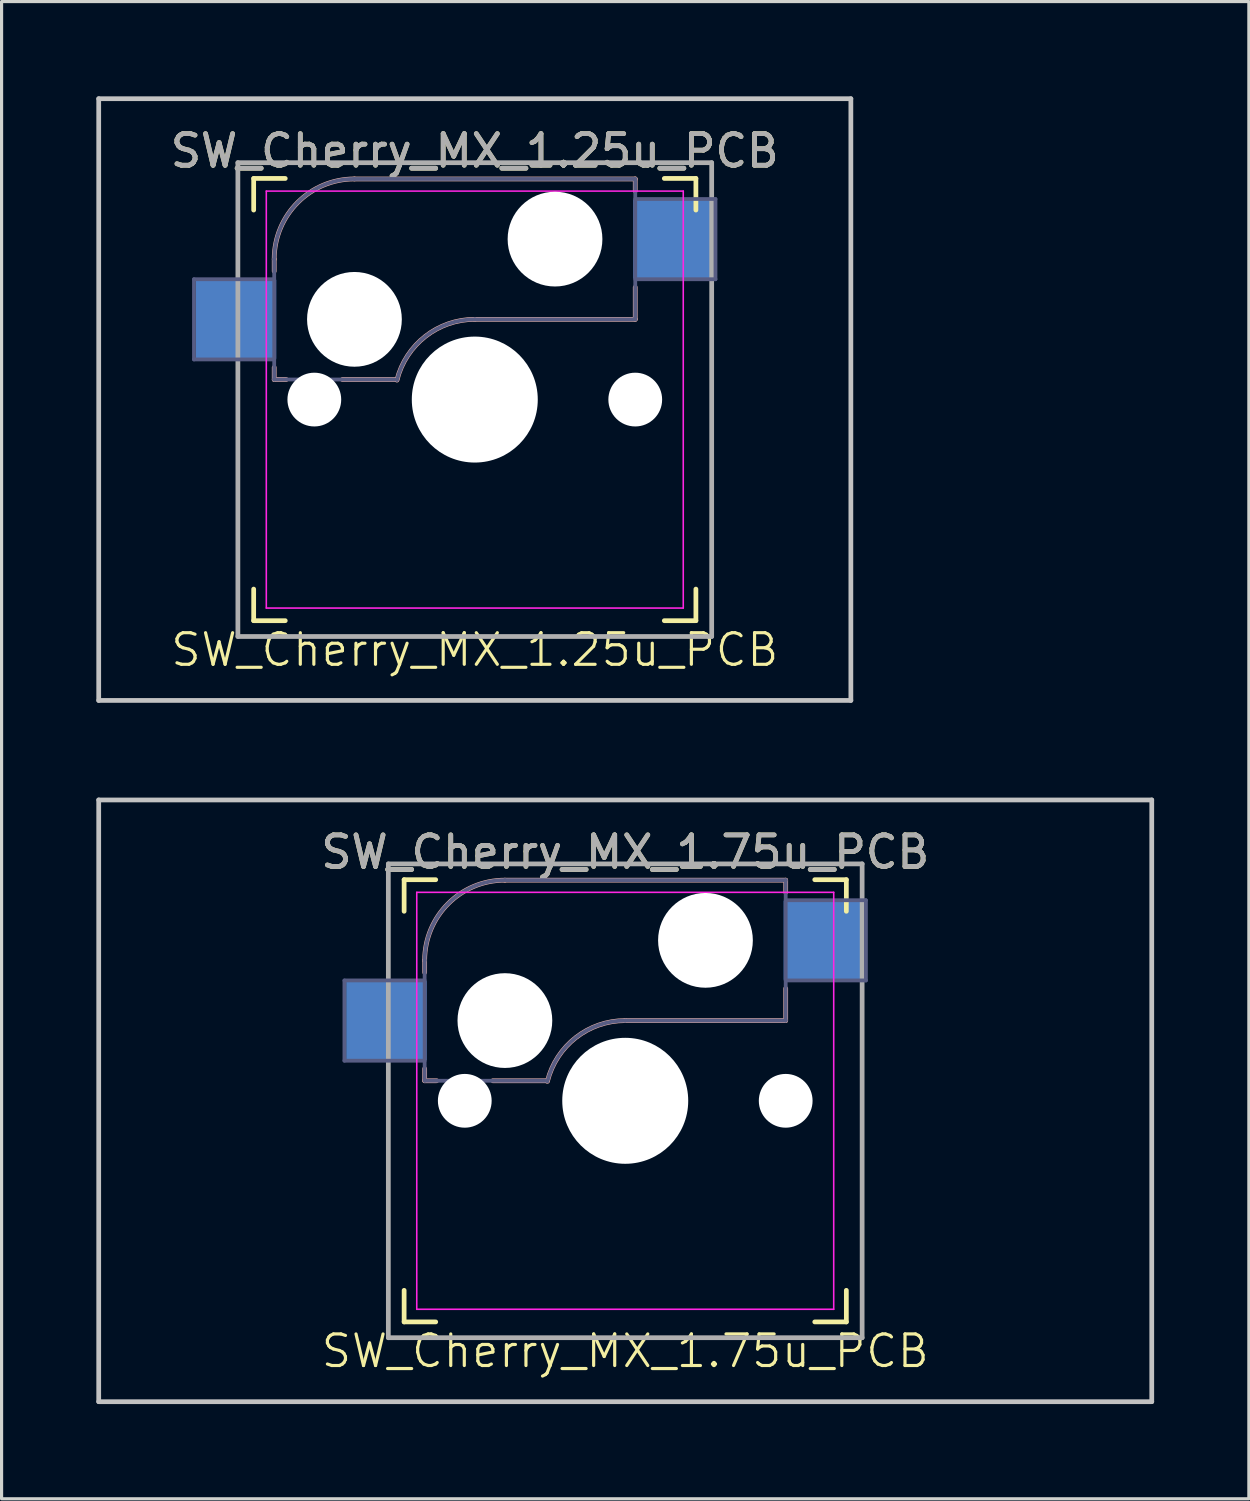
<source format=kicad_pcb>
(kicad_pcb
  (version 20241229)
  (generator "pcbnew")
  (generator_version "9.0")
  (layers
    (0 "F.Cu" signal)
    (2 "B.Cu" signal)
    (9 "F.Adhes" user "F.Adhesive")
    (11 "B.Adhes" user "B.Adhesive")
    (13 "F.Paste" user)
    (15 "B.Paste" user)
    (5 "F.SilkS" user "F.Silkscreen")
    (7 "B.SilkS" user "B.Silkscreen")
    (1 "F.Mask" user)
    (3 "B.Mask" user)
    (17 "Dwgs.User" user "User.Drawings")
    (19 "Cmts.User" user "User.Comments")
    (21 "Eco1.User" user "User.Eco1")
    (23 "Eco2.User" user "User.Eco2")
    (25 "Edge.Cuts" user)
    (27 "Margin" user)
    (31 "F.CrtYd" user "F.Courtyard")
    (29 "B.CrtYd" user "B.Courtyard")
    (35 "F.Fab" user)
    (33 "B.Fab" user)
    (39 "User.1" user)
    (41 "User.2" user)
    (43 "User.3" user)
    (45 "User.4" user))
  (footprint "SW_Cherry_MX_1.25u_PCB"
    (layer "F.Cu")
    (at 11.981 9.6)
    (property "Reference" "SW_Cherry_MX_1.25u_PCB" (at 0 -7.874 0) (layer "F.SilkS") (effects (font (size 1 1) (thickness 0.15))))
    (property "Value" "SW_Cherry_MX_1.25u_PCB" (at 0 7.874 0) (layer "F.Fab") (hide yes) (effects (font (size 1 1) (thickness 0.15))))
    (attr through_hole)
    (fp_line (start -7 -6) (end -7 -7) (stroke (width 0.15) (type solid)) (layer "F.SilkS"))
    (fp_line (start -7 7) (end -7 6) (stroke (width 0.15) (type solid)) (layer "F.SilkS"))
    (fp_line (start -7 7) (end -6 7) (stroke (width 0.15) (type solid)) (layer "F.SilkS"))
    (fp_line (start -6 -7) (end -7 -7) (stroke (width 0.15) (type solid)) (layer "F.SilkS"))
    (fp_line (start 6 7) (end 7 7) (stroke (width 0.15) (type solid)) (layer "F.SilkS"))
    (fp_line (start 7 -7) (end 6 -7) (stroke (width 0.15) (type solid)) (layer "F.SilkS"))
    (fp_line (start 7 -7) (end 7 -6) (stroke (width 0.15) (type solid)) (layer "F.SilkS"))
    (fp_line (start 7 6) (end 7 7) (stroke (width 0.15) (type solid)) (layer "F.SilkS"))
    (fp_line (start -6.35 -4.445) (end -6.35 -4.064) (stroke (width 0.15) (type solid)) (layer "B.SilkS"))
    (fp_line (start -6.35 -1.016) (end -6.35 -0.635) (stroke (width 0.15) (type solid)) (layer "B.SilkS"))
    (fp_line (start -5.969 -0.635) (end -6.35 -0.635) (stroke (width 0.15) (type solid)) (layer "B.SilkS"))
    (fp_line (start -3.81 -6.985) (end 5.08 -6.985) (stroke (width 0.15) (type solid)) (layer "B.SilkS"))
    (fp_line (start -2.464 -0.635) (end -4.191 -0.635) (stroke (width 0.15) (type solid)) (layer "B.SilkS"))
    (fp_line (start 5.08 -6.985) (end 5.08 -6.604) (stroke (width 0.15) (type solid)) (layer "B.SilkS"))
    (fp_line (start 5.08 -3.556) (end 5.08 -2.54) (stroke (width 0.15) (type solid)) (layer "B.SilkS"))
    (fp_line (start 5.08 -2.54) (end 0 -2.54) (stroke (width 0.15) (type solid)) (layer "B.SilkS"))
    (fp_arc (start -6.35 -4.445) (mid -5.606051 -6.241051) (end -3.81 -6.985) (stroke (width 0.15) (type solid)) (layer "B.SilkS"))
    (fp_arc (start -2.464162 -0.61604) (mid -1.563147 -2.002042) (end 0 -2.54) (stroke (width 0.15) (type solid)) (layer "B.SilkS"))
    (fp_line (start -11.906 -9.525) (end 11.906 -9.525) (stroke (width 0.15) (type solid)) (layer "Dwgs.User"))
    (fp_line (start -11.906 9.525) (end -11.906 -9.525) (stroke (width 0.15) (type solid)) (layer "Dwgs.User"))
    (fp_line (start 11.906 -9.525) (end 11.906 9.525) (stroke (width 0.15) (type solid)) (layer "Dwgs.User"))
    (fp_line (start 11.906 9.525) (end -11.906 9.525) (stroke (width 0.15) (type solid)) (layer "Dwgs.User"))
    (fp_line (start -6.9 6.9) (end -6.9 -6.9) (stroke (width 0.15) (type solid)) (layer "Eco2.User"))
    (fp_line (start -6.9 6.9) (end 6.9 6.9) (stroke (width 0.15) (type solid)) (layer "Eco2.User"))
    (fp_line (start 6.9 -6.9) (end -6.9 -6.9) (stroke (width 0.15) (type solid)) (layer "Eco2.User"))
    (fp_line (start 6.9 -6.9) (end 6.9 6.9) (stroke (width 0.15) (type solid)) (layer "Eco2.User"))
    (fp_line (start -6.6 -6.6) (end 6.6 -6.6) (stroke (width 0.05) (type solid)) (layer "F.CrtYd"))
    (fp_line (start -6.6 6.6) (end -6.6 -6.6) (stroke (width 0.05) (type solid)) (layer "F.CrtYd"))
    (fp_line (start 6.6 -6.6) (end 6.6 6.6) (stroke (width 0.05) (type solid)) (layer "F.CrtYd"))
    (fp_line (start 6.6 6.6) (end -6.6 6.6) (stroke (width 0.05) (type solid)) (layer "F.CrtYd"))
    (fp_line (start -8.89 -3.81) (end -6.35 -3.81) (stroke (width 0.12) (type solid)) (layer "B.Fab"))
    (fp_line (start -8.89 -1.27) (end -8.89 -3.81) (stroke (width 0.12) (type solid)) (layer "B.Fab"))
    (fp_line (start -6.35 -1.27) (end -8.89 -1.27) (stroke (width 0.12) (type solid)) (layer "B.Fab"))
    (fp_line (start -6.35 -0.635) (end -6.35 -4.445) (stroke (width 0.12) (type solid)) (layer "B.Fab"))
    (fp_line (start -6.35 -0.635) (end -2.54 -0.635) (stroke (width 0.12) (type solid)) (layer "B.Fab"))
    (fp_line (start -3.81 -6.985) (end 5.08 -6.985) (stroke (width 0.12) (type solid)) (layer "B.Fab"))
    (fp_line (start 5.08 -6.985) (end 5.08 -2.54) (stroke (width 0.12) (type solid)) (layer "B.Fab"))
    (fp_line (start 5.08 -6.35) (end 7.62 -6.35) (stroke (width 0.12) (type solid)) (layer "B.Fab"))
    (fp_line (start 5.08 -2.54) (end 0 -2.54) (stroke (width 0.12) (type solid)) (layer "B.Fab"))
    (fp_line (start 7.62 -6.35) (end 7.62 -3.81) (stroke (width 0.12) (type solid)) (layer "B.Fab"))
    (fp_line (start 7.62 -3.81) (end 5.08 -3.81) (stroke (width 0.12) (type solid)) (layer "B.Fab"))
    (fp_arc (start -6.35 -4.445) (mid -5.606051 -6.241051) (end -3.81 -6.985) (stroke (width 0.12) (type solid)) (layer "B.Fab"))
    (fp_arc (start -2.464162 -0.61604) (mid -1.563147 -2.002042) (end 0 -2.54) (stroke (width 0.12) (type solid)) (layer "B.Fab"))
    (fp_line (start -7.5 -7.5) (end 7.5 -7.5) (stroke (width 0.15) (type solid)) (layer "F.Fab"))
    (fp_line (start -7.5 7.5) (end -7.5 -7.5) (stroke (width 0.15) (type solid)) (layer "F.Fab"))
    (fp_line (start 7.5 -7.5) (end 7.5 7.5) (stroke (width 0.15) (type solid)) (layer "F.Fab"))
    (fp_line (start 7.5 7.5) (end -7.5 7.5) (stroke (width 0.15) (type solid)) (layer "F.Fab"))
    (fp_text user "${VALUE}" (at 0 8.508 0) (unlocked yes) (layer "F.SilkS") (effects (font (size 1 1) (thickness 0.1)) (justify bottom)))
    (fp_text user "${REFERENCE}" (at 0 -7.874 0) (layer "F.Fab") (effects (font (size 1 1) (thickness 0.15))))
    (pad "" np_thru_hole circle (at -5.08 0) (size 1.702 1.702) (drill 1.702) (layers "*.Cu" "*.Mask"))
    (pad "" np_thru_hole circle (at -3.81 -2.54) (size 3 3) (drill 3) (layers "*.Cu" "*.Mask"))
    (pad "" np_thru_hole circle (at 0 0) (size 3.988 3.988) (drill 3.988) (layers "*.Cu" "*.Mask"))
    (pad "" np_thru_hole circle (at 2.54 -5.08) (size 3 3) (drill 3) (layers "*.Cu" "*.Mask"))
    (pad "" np_thru_hole circle (at 5.08 0) (size 1.702 1.702) (drill 1.702) (layers "*.Cu" "*.Mask"))
    (pad "1" smd rect (at 6.29 -5.08) (size 2.55 2.5) (layers "B.Cu" "B.Mask" "B.Paste"))
    (pad "2" smd rect (at -7.56 -2.54) (size 2.55 2.5) (layers "B.Cu" "B.Mask" "B.Paste")))
  (footprint "SW_Cherry_MX_1.75u_PCB"
    (layer "F.Cu")
    (at 16.744 31.8)
    (property "Reference" "SW_Cherry_MX_1.75u_PCB" (at 0 -7.874 0) (layer "F.SilkS") (effects (font (size 1 1) (thickness 0.15))))
    (property "Value" "SW_Cherry_MX_1.75u_PCB" (at 0 7.874 0) (layer "F.Fab") (hide yes) (effects (font (size 1 1) (thickness 0.15))))
    (attr through_hole)
    (fp_line (start -7 -6) (end -7 -7) (stroke (width 0.15) (type solid)) (layer "F.SilkS"))
    (fp_line (start -7 7) (end -7 6) (stroke (width 0.15) (type solid)) (layer "F.SilkS"))
    (fp_line (start -7 7) (end -6 7) (stroke (width 0.15) (type solid)) (layer "F.SilkS"))
    (fp_line (start -6 -7) (end -7 -7) (stroke (width 0.15) (type solid)) (layer "F.SilkS"))
    (fp_line (start 6 7) (end 7 7) (stroke (width 0.15) (type solid)) (layer "F.SilkS"))
    (fp_line (start 7 -7) (end 6 -7) (stroke (width 0.15) (type solid)) (layer "F.SilkS"))
    (fp_line (start 7 -7) (end 7 -6) (stroke (width 0.15) (type solid)) (layer "F.SilkS"))
    (fp_line (start 7 6) (end 7 7) (stroke (width 0.15) (type solid)) (layer "F.SilkS"))
    (fp_line (start -6.35 -4.445) (end -6.35 -4.064) (stroke (width 0.15) (type solid)) (layer "B.SilkS"))
    (fp_line (start -6.35 -1.016) (end -6.35 -0.635) (stroke (width 0.15) (type solid)) (layer "B.SilkS"))
    (fp_line (start -5.969 -0.635) (end -6.35 -0.635) (stroke (width 0.15) (type solid)) (layer "B.SilkS"))
    (fp_line (start -3.81 -6.985) (end 5.08 -6.985) (stroke (width 0.15) (type solid)) (layer "B.SilkS"))
    (fp_line (start -2.464 -0.635) (end -4.191 -0.635) (stroke (width 0.15) (type solid)) (layer "B.SilkS"))
    (fp_line (start 5.08 -6.985) (end 5.08 -6.604) (stroke (width 0.15) (type solid)) (layer "B.SilkS"))
    (fp_line (start 5.08 -3.556) (end 5.08 -2.54) (stroke (width 0.15) (type solid)) (layer "B.SilkS"))
    (fp_line (start 5.08 -2.54) (end 0 -2.54) (stroke (width 0.15) (type solid)) (layer "B.SilkS"))
    (fp_arc (start -6.35 -4.445) (mid -5.606051 -6.241051) (end -3.81 -6.985) (stroke (width 0.15) (type solid)) (layer "B.SilkS"))
    (fp_arc (start -2.464162 -0.61604) (mid -1.563147 -2.002042) (end 0 -2.54) (stroke (width 0.15) (type solid)) (layer "B.SilkS"))
    (fp_line (start -16.669 -9.525) (end 16.669 -9.525) (stroke (width 0.15) (type solid)) (layer "Dwgs.User"))
    (fp_line (start -16.669 9.525) (end -16.669 -9.525) (stroke (width 0.15) (type solid)) (layer "Dwgs.User"))
    (fp_line (start 16.669 -9.525) (end 16.669 9.525) (stroke (width 0.15) (type solid)) (layer "Dwgs.User"))
    (fp_line (start 16.669 9.525) (end -16.669 9.525) (stroke (width 0.15) (type solid)) (layer "Dwgs.User"))
    (fp_line (start -6.9 6.9) (end -6.9 -6.9) (stroke (width 0.15) (type solid)) (layer "Eco2.User"))
    (fp_line (start -6.9 6.9) (end 6.9 6.9) (stroke (width 0.15) (type solid)) (layer "Eco2.User"))
    (fp_line (start 6.9 -6.9) (end -6.9 -6.9) (stroke (width 0.15) (type solid)) (layer "Eco2.User"))
    (fp_line (start 6.9 -6.9) (end 6.9 6.9) (stroke (width 0.15) (type solid)) (layer "Eco2.User"))
    (fp_line (start -6.6 -6.6) (end 6.6 -6.6) (stroke (width 0.05) (type solid)) (layer "F.CrtYd"))
    (fp_line (start -6.6 6.6) (end -6.6 -6.6) (stroke (width 0.05) (type solid)) (layer "F.CrtYd"))
    (fp_line (start 6.6 -6.6) (end 6.6 6.6) (stroke (width 0.05) (type solid)) (layer "F.CrtYd"))
    (fp_line (start 6.6 6.6) (end -6.6 6.6) (stroke (width 0.05) (type solid)) (layer "F.CrtYd"))
    (fp_line (start -8.89 -3.81) (end -6.35 -3.81) (stroke (width 0.12) (type solid)) (layer "B.Fab"))
    (fp_line (start -8.89 -1.27) (end -8.89 -3.81) (stroke (width 0.12) (type solid)) (layer "B.Fab"))
    (fp_line (start -6.35 -1.27) (end -8.89 -1.27) (stroke (width 0.12) (type solid)) (layer "B.Fab"))
    (fp_line (start -6.35 -0.635) (end -6.35 -4.445) (stroke (width 0.12) (type solid)) (layer "B.Fab"))
    (fp_line (start -6.35 -0.635) (end -2.54 -0.635) (stroke (width 0.12) (type solid)) (layer "B.Fab"))
    (fp_line (start -3.81 -6.985) (end 5.08 -6.985) (stroke (width 0.12) (type solid)) (layer "B.Fab"))
    (fp_line (start 5.08 -6.985) (end 5.08 -2.54) (stroke (width 0.12) (type solid)) (layer "B.Fab"))
    (fp_line (start 5.08 -6.35) (end 7.62 -6.35) (stroke (width 0.12) (type solid)) (layer "B.Fab"))
    (fp_line (start 5.08 -2.54) (end 0 -2.54) (stroke (width 0.12) (type solid)) (layer "B.Fab"))
    (fp_line (start 7.62 -6.35) (end 7.62 -3.81) (stroke (width 0.12) (type solid)) (layer "B.Fab"))
    (fp_line (start 7.62 -3.81) (end 5.08 -3.81) (stroke (width 0.12) (type solid)) (layer "B.Fab"))
    (fp_arc (start -6.35 -4.445) (mid -5.606051 -6.241051) (end -3.81 -6.985) (stroke (width 0.12) (type solid)) (layer "B.Fab"))
    (fp_arc (start -2.464162 -0.61604) (mid -1.563147 -2.002042) (end 0 -2.54) (stroke (width 0.12) (type solid)) (layer "B.Fab"))
    (fp_line (start -7.5 -7.5) (end 7.5 -7.5) (stroke (width 0.15) (type solid)) (layer "F.Fab"))
    (fp_line (start -7.5 7.5) (end -7.5 -7.5) (stroke (width 0.15) (type solid)) (layer "F.Fab"))
    (fp_line (start 7.5 -7.5) (end 7.5 7.5) (stroke (width 0.15) (type solid)) (layer "F.Fab"))
    (fp_line (start 7.5 7.5) (end -7.5 7.5) (stroke (width 0.15) (type solid)) (layer "F.Fab"))
    (fp_text user "${VALUE}" (at 0 8.508 0) (unlocked yes) (layer "F.SilkS") (effects (font (size 1 1) (thickness 0.1)) (justify bottom)))
    (fp_text user "${REFERENCE}" (at 0 -7.874 0) (layer "F.Fab") (effects (font (size 1 1) (thickness 0.15))))
    (pad "" np_thru_hole circle (at -5.08 0) (size 1.702 1.702) (drill 1.702) (layers "*.Cu" "*.Mask"))
    (pad "" np_thru_hole circle (at -3.81 -2.54) (size 3 3) (drill 3) (layers "*.Cu" "*.Mask"))
    (pad "" np_thru_hole circle (at 0 0) (size 3.988 3.988) (drill 3.988) (layers "*.Cu" "*.Mask"))
    (pad "" np_thru_hole circle (at 2.54 -5.08) (size 3 3) (drill 3) (layers "*.Cu" "*.Mask"))
    (pad "" np_thru_hole circle (at 5.08 0) (size 1.702 1.702) (drill 1.702) (layers "*.Cu" "*.Mask"))
    (pad "1" smd rect (at 6.29 -5.08) (size 2.55 2.5) (layers "B.Cu" "B.Mask" "B.Paste"))
    (pad "2" smd rect (at -7.56 -2.54) (size 2.55 2.5) (layers "B.Cu" "B.Mask" "B.Paste")))
  (gr_rect
    (start -3 -3)
    (end 36.487 44.4)
    (stroke (width 0.1) (type default))
    (fill no)
    (layer "Edge.Cuts")))
</source>
